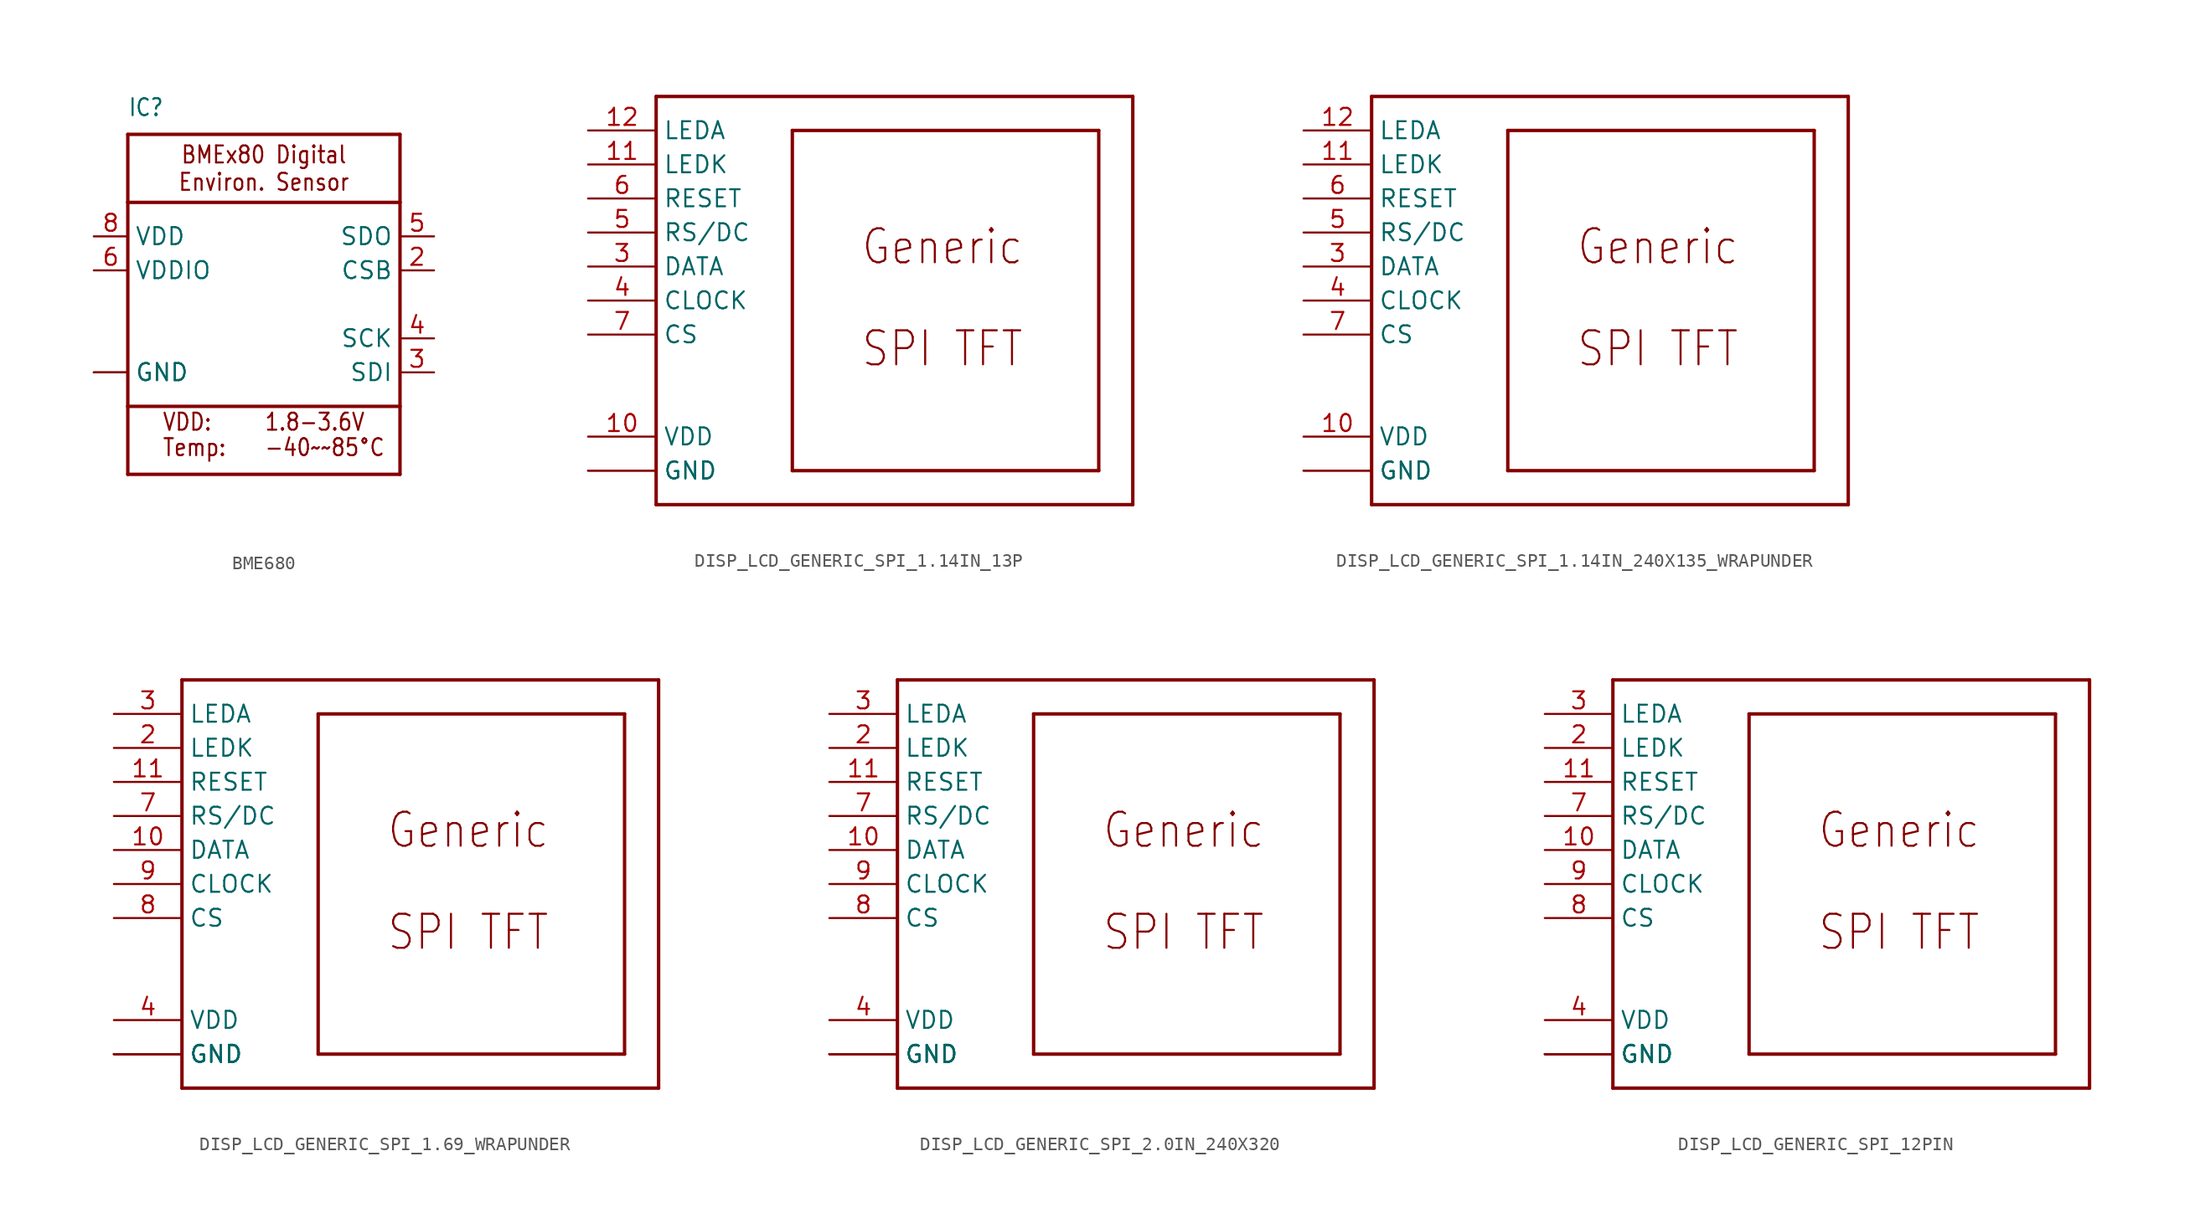
<source format=kicad_sym>
(kicad_symbol_lib
  (version 20231120)
  (generator "kicad_symbol_editor")
  (generator_version "8.0")
  (symbol "BME680"
    (property "Reference" "IC"
      (at -10.16 13.97 0)
      (effects (font (size 1.27 1.079)) (justify left bottom)))
    (property "Value" ""
      (at -10.16 -15.24 0)
      (effects (font (size 1.27 1.079)) (justify left bottom)))
    (property "ki_locked" ""
      (at 0 0 0)
      (effects (font (size 1.27 1.27))))
    (symbol "BME680_1_0"
      (polyline (pts (xy -10.16 -7.62) (xy -10.16 -12.7)) (stroke (width 0.254) (type solid)) (fill (type none)))
      (polyline (pts (xy -10.16 -7.62) (xy -10.16 7.62)) (stroke (width 0.254) (type solid)) (fill (type none)))
      (polyline (pts (xy -10.16 7.62) (xy 10.16 7.62)) (stroke (width 0.254) (type solid)) (fill (type none)))
      (polyline (pts (xy -10.16 12.7) (xy -10.16 7.62)) (stroke (width 0.254) (type solid)) (fill (type none)))
      (polyline (pts (xy -10.16 12.7) (xy 10.16 12.7)) (stroke (width 0.254) (type solid)) (fill (type none)))
      (polyline (pts (xy 10.16 -12.7) (xy -10.16 -12.7)) (stroke (width 0.254) (type solid)) (fill (type none)))
      (polyline (pts (xy 10.16 -7.62) (xy -10.16 -7.62)) (stroke (width 0.254) (type solid)) (fill (type none)))
      (polyline (pts (xy 10.16 -7.62) (xy 10.16 -12.7)) (stroke (width 0.254) (type solid)) (fill (type none)))
      (polyline (pts (xy 10.16 7.62) (xy 10.16 -7.62)) (stroke (width 0.254) (type solid)) (fill (type none)))
      (polyline (pts (xy 10.16 12.7) (xy 10.16 7.62)) (stroke (width 0.254) (type solid)) (fill (type none)))
      (text "-40~~85°C" (at 0 -11.43 0) (effects (font (size 1.27 1.079)) (justify left bottom)))
      (text "1.8-3.6V" (at 0 -9.525 0) (effects (font (size 1.27 1.079)) (justify left bottom)))
      (text "BMEx80 Digital\nEnviron. Sensor" (at 0 10.16 0) (effects (font (size 1.27 1.079))))
      (text "Temp:" (at -7.62 -11.43 0) (effects (font (size 1.27 1.079)) (justify left bottom)))
      (text "VDD:" (at -7.62 -9.525 0) (effects (font (size 1.27 1.079)) (justify left bottom)))
      (pin power_in line (at -12.7 -5.08 0) (length 2.54) (name "GND" (effects (font (size 1.27 1.27)))) (number "1" (effects (font (size 0 0)))))
      (pin input line (at 12.7 2.54 180) (length 2.54) (name "CSB" (effects (font (size 1.27 1.27)))) (number "2" (effects (font (size 1.27 1.27)))))
      (pin input line (at 12.7 -5.08 180) (length 2.54) (name "SDI" (effects (font (size 1.27 1.27)))) (number "3" (effects (font (size 1.27 1.27)))))
      (pin input line (at 12.7 -2.54 180) (length 2.54) (name "SCK" (effects (font (size 1.27 1.27)))) (number "4" (effects (font (size 1.27 1.27)))))
      (pin output line (at 12.7 5.08 180) (length 2.54) (name "SDO" (effects (font (size 1.27 1.27)))) (number "5" (effects (font (size 1.27 1.27)))))
      (pin power_in line (at -12.7 2.54 0) (length 2.54) (name "VDDIO" (effects (font (size 1.27 1.27)))) (number "6" (effects (font (size 1.27 1.27)))))
      (pin power_in line (at -12.7 -5.08 0) (length 2.54) (name "GND" (effects (font (size 1.27 1.27)))) (number "7" (effects (font (size 0 0)))))
      (pin power_in line (at -12.7 5.08 0) (length 2.54) (name "VDD" (effects (font (size 1.27 1.27)))) (number "8" (effects (font (size 1.27 1.27)))))))
  (symbol "DISP_LCD_GENERIC_SPI_1.14IN_13P"
    (property "Reference" "DISP"
      (at 0 0 0)
      (effects (font (size 1.27 1.27)) (hide yes)))
    (property "ki_locked" ""
      (at 0 0 0)
      (effects (font (size 1.27 1.27))))
    (symbol "DISP_LCD_GENERIC_SPI_1.14IN_13P_1_0"
      (polyline (pts (xy -20.32 -15.24) (xy -20.32 15.24)) (stroke (width 0.254) (type solid)) (fill (type none)))
      (polyline (pts (xy -20.32 15.24) (xy 15.24 15.24)) (stroke (width 0.254) (type solid)) (fill (type none)))
      (polyline (pts (xy -10.16 -12.7) (xy -10.16 12.7)) (stroke (width 0.254) (type solid)) (fill (type none)))
      (polyline (pts (xy -10.16 12.7) (xy 12.7 12.7)) (stroke (width 0.254) (type solid)) (fill (type none)))
      (polyline (pts (xy 12.7 -12.7) (xy -10.16 -12.7)) (stroke (width 0.254) (type solid)) (fill (type none)))
      (polyline (pts (xy 12.7 12.7) (xy 12.7 -12.7)) (stroke (width 0.254) (type solid)) (fill (type none)))
      (polyline (pts (xy 15.24 -15.24) (xy -20.32 -15.24)) (stroke (width 0.254) (type solid)) (fill (type none)))
      (polyline (pts (xy 15.24 15.24) (xy 15.24 -15.24)) (stroke (width 0.254) (type solid)) (fill (type none)))
      (text "Generic" (at -5.08 2.54 0) (effects (font (size 2.54 2.159)) (justify left bottom)))
      (text "SPI TFT" (at -5.08 -5.08 0) (effects (font (size 2.54 2.159)) (justify left bottom)))
      (pin power_in line (at -25.4 -10.16 0) (length 5.08) (name "VDD" (effects (font (size 1.27 1.27)))) (number "10" (effects (font (size 1.27 1.27)))))
      (pin input line (at -25.4 10.16 0) (length 5.08) (name "LEDK" (effects (font (size 1.27 1.27)))) (number "11" (effects (font (size 1.27 1.27)))))
      (pin input line (at -25.4 12.7 0) (length 5.08) (name "LEDA" (effects (font (size 1.27 1.27)))) (number "12" (effects (font (size 1.27 1.27)))))
      (pin power_in line (at -25.4 -12.7 0) (length 5.08) (name "GND" (effects (font (size 1.27 1.27)))) (number "13" (effects (font (size 0 0)))))
      (pin bidirectional line (at -25.4 2.54 0) (length 5.08) (name "DATA" (effects (font (size 1.27 1.27)))) (number "3" (effects (font (size 1.27 1.27)))))
      (pin input line (at -25.4 0 0) (length 5.08) (name "CLOCK" (effects (font (size 1.27 1.27)))) (number "4" (effects (font (size 1.27 1.27)))))
      (pin input line (at -25.4 5.08 0) (length 5.08) (name "RS/DC" (effects (font (size 1.27 1.27)))) (number "5" (effects (font (size 1.27 1.27)))))
      (pin input line (at -25.4 7.62 0) (length 5.08) (name "RESET" (effects (font (size 1.27 1.27)))) (number "6" (effects (font (size 1.27 1.27)))))
      (pin input line (at -25.4 -2.54 0) (length 5.08) (name "CS" (effects (font (size 1.27 1.27)))) (number "7" (effects (font (size 1.27 1.27)))))
      (pin power_in line (at -25.4 -12.7 0) (length 5.08) (name "GND" (effects (font (size 1.27 1.27)))) (number "8" (effects (font (size 0 0)))))))
  (symbol "DISP_LCD_GENERIC_SPI_1.14IN_240X135_WRAPUNDER"
    (property "Reference" "DISP"
      (at 0 0 0)
      (effects (font (size 1.27 1.27)) (hide yes)))
    (property "ki_locked" ""
      (at 0 0 0)
      (effects (font (size 1.27 1.27))))
    (symbol "DISP_LCD_GENERIC_SPI_1.14IN_240X135_WRAPUNDER_1_0"
      (polyline (pts (xy -20.32 -15.24) (xy -20.32 15.24)) (stroke (width 0.254) (type solid)) (fill (type none)))
      (polyline (pts (xy -20.32 15.24) (xy 15.24 15.24)) (stroke (width 0.254) (type solid)) (fill (type none)))
      (polyline (pts (xy -10.16 -12.7) (xy -10.16 12.7)) (stroke (width 0.254) (type solid)) (fill (type none)))
      (polyline (pts (xy -10.16 12.7) (xy 12.7 12.7)) (stroke (width 0.254) (type solid)) (fill (type none)))
      (polyline (pts (xy 12.7 -12.7) (xy -10.16 -12.7)) (stroke (width 0.254) (type solid)) (fill (type none)))
      (polyline (pts (xy 12.7 12.7) (xy 12.7 -12.7)) (stroke (width 0.254) (type solid)) (fill (type none)))
      (polyline (pts (xy 15.24 -15.24) (xy -20.32 -15.24)) (stroke (width 0.254) (type solid)) (fill (type none)))
      (polyline (pts (xy 15.24 15.24) (xy 15.24 -15.24)) (stroke (width 0.254) (type solid)) (fill (type none)))
      (text "Generic" (at -5.08 2.54 0) (effects (font (size 2.54 2.159)) (justify left bottom)))
      (text "SPI TFT" (at -5.08 -5.08 0) (effects (font (size 2.54 2.159)) (justify left bottom)))
      (pin power_in line (at -25.4 -10.16 0) (length 5.08) (name "VDD" (effects (font (size 1.27 1.27)))) (number "10" (effects (font (size 1.27 1.27)))))
      (pin input line (at -25.4 10.16 0) (length 5.08) (name "LEDK" (effects (font (size 1.27 1.27)))) (number "11" (effects (font (size 1.27 1.27)))))
      (pin input line (at -25.4 12.7 0) (length 5.08) (name "LEDA" (effects (font (size 1.27 1.27)))) (number "12" (effects (font (size 1.27 1.27)))))
      (pin power_in line (at -25.4 -12.7 0) (length 5.08) (name "GND" (effects (font (size 1.27 1.27)))) (number "13" (effects (font (size 0 0)))))
      (pin bidirectional line (at -25.4 2.54 0) (length 5.08) (name "DATA" (effects (font (size 1.27 1.27)))) (number "3" (effects (font (size 1.27 1.27)))))
      (pin input line (at -25.4 0 0) (length 5.08) (name "CLOCK" (effects (font (size 1.27 1.27)))) (number "4" (effects (font (size 1.27 1.27)))))
      (pin input line (at -25.4 5.08 0) (length 5.08) (name "RS/DC" (effects (font (size 1.27 1.27)))) (number "5" (effects (font (size 1.27 1.27)))))
      (pin input line (at -25.4 7.62 0) (length 5.08) (name "RESET" (effects (font (size 1.27 1.27)))) (number "6" (effects (font (size 1.27 1.27)))))
      (pin input line (at -25.4 -2.54 0) (length 5.08) (name "CS" (effects (font (size 1.27 1.27)))) (number "7" (effects (font (size 1.27 1.27)))))
      (pin power_in line (at -25.4 -12.7 0) (length 5.08) (name "GND" (effects (font (size 1.27 1.27)))) (number "8" (effects (font (size 0 0)))))))
  (symbol "DISP_LCD_GENERIC_SPI_1.69_WRAPUNDER"
    (property "Reference" "DISP"
      (at 0 0 0)
      (effects (font (size 1.27 1.27)) (hide yes)))
    (property "ki_locked" ""
      (at 0 0 0)
      (effects (font (size 1.27 1.27))))
    (symbol "DISP_LCD_GENERIC_SPI_1.69_WRAPUNDER_1_0"
      (polyline (pts (xy -20.32 -15.24) (xy -20.32 15.24)) (stroke (width 0.254) (type solid)) (fill (type none)))
      (polyline (pts (xy -20.32 15.24) (xy 15.24 15.24)) (stroke (width 0.254) (type solid)) (fill (type none)))
      (polyline (pts (xy -10.16 -12.7) (xy -10.16 12.7)) (stroke (width 0.254) (type solid)) (fill (type none)))
      (polyline (pts (xy -10.16 12.7) (xy 12.7 12.7)) (stroke (width 0.254) (type solid)) (fill (type none)))
      (polyline (pts (xy 12.7 -12.7) (xy -10.16 -12.7)) (stroke (width 0.254) (type solid)) (fill (type none)))
      (polyline (pts (xy 12.7 12.7) (xy 12.7 -12.7)) (stroke (width 0.254) (type solid)) (fill (type none)))
      (polyline (pts (xy 15.24 -15.24) (xy -20.32 -15.24)) (stroke (width 0.254) (type solid)) (fill (type none)))
      (polyline (pts (xy 15.24 15.24) (xy 15.24 -15.24)) (stroke (width 0.254) (type solid)) (fill (type none)))
      (text "Generic" (at -5.08 2.54 0) (effects (font (size 2.54 2.159)) (justify left bottom)))
      (text "SPI TFT" (at -5.08 -5.08 0) (effects (font (size 2.54 2.159)) (justify left bottom)))
      (pin power_in line (at -25.4 -12.7 0) (length 5.08) (name "GND" (effects (font (size 1.27 1.27)))) (number "1" (effects (font (size 0 0)))))
      (pin bidirectional line (at -25.4 2.54 0) (length 5.08) (name "DATA" (effects (font (size 1.27 1.27)))) (number "10" (effects (font (size 1.27 1.27)))))
      (pin input line (at -25.4 7.62 0) (length 5.08) (name "RESET" (effects (font (size 1.27 1.27)))) (number "11" (effects (font (size 1.27 1.27)))))
      (pin power_in line (at -25.4 -12.7 0) (length 5.08) (name "GND" (effects (font (size 1.27 1.27)))) (number "12" (effects (font (size 0 0)))))
      (pin input line (at -25.4 10.16 0) (length 5.08) (name "LEDK" (effects (font (size 1.27 1.27)))) (number "2" (effects (font (size 1.27 1.27)))))
      (pin input line (at -25.4 12.7 0) (length 5.08) (name "LEDA" (effects (font (size 1.27 1.27)))) (number "3" (effects (font (size 1.27 1.27)))))
      (pin power_in line (at -25.4 -10.16 0) (length 5.08) (name "VDD" (effects (font (size 1.27 1.27)))) (number "4" (effects (font (size 1.27 1.27)))))
      (pin power_in line (at -25.4 -12.7 0) (length 5.08) (name "GND" (effects (font (size 1.27 1.27)))) (number "5" (effects (font (size 0 0)))))
      (pin power_in line (at -25.4 -12.7 0) (length 5.08) (name "GND" (effects (font (size 1.27 1.27)))) (number "6" (effects (font (size 0 0)))))
      (pin input line (at -25.4 5.08 0) (length 5.08) (name "RS/DC" (effects (font (size 1.27 1.27)))) (number "7" (effects (font (size 1.27 1.27)))))
      (pin input line (at -25.4 -2.54 0) (length 5.08) (name "CS" (effects (font (size 1.27 1.27)))) (number "8" (effects (font (size 1.27 1.27)))))
      (pin input line (at -25.4 0 0) (length 5.08) (name "CLOCK" (effects (font (size 1.27 1.27)))) (number "9" (effects (font (size 1.27 1.27)))))))
  (symbol "DISP_LCD_GENERIC_SPI_2.0IN_240X320"
    (property "Reference" "DISP"
      (at 0 0 0)
      (effects (font (size 1.27 1.27)) (hide yes)))
    (property "ki_locked" ""
      (at 0 0 0)
      (effects (font (size 1.27 1.27))))
    (symbol "DISP_LCD_GENERIC_SPI_2.0IN_240X320_1_0"
      (polyline (pts (xy -20.32 -15.24) (xy -20.32 15.24)) (stroke (width 0.254) (type solid)) (fill (type none)))
      (polyline (pts (xy -20.32 15.24) (xy 15.24 15.24)) (stroke (width 0.254) (type solid)) (fill (type none)))
      (polyline (pts (xy -10.16 -12.7) (xy -10.16 12.7)) (stroke (width 0.254) (type solid)) (fill (type none)))
      (polyline (pts (xy -10.16 12.7) (xy 12.7 12.7)) (stroke (width 0.254) (type solid)) (fill (type none)))
      (polyline (pts (xy 12.7 -12.7) (xy -10.16 -12.7)) (stroke (width 0.254) (type solid)) (fill (type none)))
      (polyline (pts (xy 12.7 12.7) (xy 12.7 -12.7)) (stroke (width 0.254) (type solid)) (fill (type none)))
      (polyline (pts (xy 15.24 -15.24) (xy -20.32 -15.24)) (stroke (width 0.254) (type solid)) (fill (type none)))
      (polyline (pts (xy 15.24 15.24) (xy 15.24 -15.24)) (stroke (width 0.254) (type solid)) (fill (type none)))
      (text "Generic" (at -5.08 2.54 0) (effects (font (size 2.54 2.159)) (justify left bottom)))
      (text "SPI TFT" (at -5.08 -5.08 0) (effects (font (size 2.54 2.159)) (justify left bottom)))
      (pin power_in line (at -25.4 -12.7 0) (length 5.08) (name "GND" (effects (font (size 1.27 1.27)))) (number "1" (effects (font (size 0 0)))))
      (pin bidirectional line (at -25.4 2.54 0) (length 5.08) (name "DATA" (effects (font (size 1.27 1.27)))) (number "10" (effects (font (size 1.27 1.27)))))
      (pin input line (at -25.4 7.62 0) (length 5.08) (name "RESET" (effects (font (size 1.27 1.27)))) (number "11" (effects (font (size 1.27 1.27)))))
      (pin power_in line (at -25.4 -12.7 0) (length 5.08) (name "GND" (effects (font (size 1.27 1.27)))) (number "12" (effects (font (size 0 0)))))
      (pin input line (at -25.4 10.16 0) (length 5.08) (name "LEDK" (effects (font (size 1.27 1.27)))) (number "2" (effects (font (size 1.27 1.27)))))
      (pin input line (at -25.4 12.7 0) (length 5.08) (name "LEDA" (effects (font (size 1.27 1.27)))) (number "3" (effects (font (size 1.27 1.27)))))
      (pin power_in line (at -25.4 -10.16 0) (length 5.08) (name "VDD" (effects (font (size 1.27 1.27)))) (number "4" (effects (font (size 1.27 1.27)))))
      (pin power_in line (at -25.4 -12.7 0) (length 5.08) (name "GND" (effects (font (size 1.27 1.27)))) (number "5" (effects (font (size 0 0)))))
      (pin power_in line (at -25.4 -12.7 0) (length 5.08) (name "GND" (effects (font (size 1.27 1.27)))) (number "6" (effects (font (size 0 0)))))
      (pin input line (at -25.4 5.08 0) (length 5.08) (name "RS/DC" (effects (font (size 1.27 1.27)))) (number "7" (effects (font (size 1.27 1.27)))))
      (pin input line (at -25.4 -2.54 0) (length 5.08) (name "CS" (effects (font (size 1.27 1.27)))) (number "8" (effects (font (size 1.27 1.27)))))
      (pin input line (at -25.4 0 0) (length 5.08) (name "CLOCK" (effects (font (size 1.27 1.27)))) (number "9" (effects (font (size 1.27 1.27)))))))
  (symbol "DISP_LCD_GENERIC_SPI_12PIN"
    (property "Reference" "DISP"
      (at 0 0 0)
      (effects (font (size 1.27 1.27)) (hide yes)))
    (property "ki_locked" ""
      (at 0 0 0)
      (effects (font (size 1.27 1.27))))
    (symbol "DISP_LCD_GENERIC_SPI_12PIN_1_0"
      (polyline (pts (xy -20.32 -15.24) (xy -20.32 15.24)) (stroke (width 0.254) (type solid)) (fill (type none)))
      (polyline (pts (xy -20.32 15.24) (xy 15.24 15.24)) (stroke (width 0.254) (type solid)) (fill (type none)))
      (polyline (pts (xy -10.16 -12.7) (xy -10.16 12.7)) (stroke (width 0.254) (type solid)) (fill (type none)))
      (polyline (pts (xy -10.16 12.7) (xy 12.7 12.7)) (stroke (width 0.254) (type solid)) (fill (type none)))
      (polyline (pts (xy 12.7 -12.7) (xy -10.16 -12.7)) (stroke (width 0.254) (type solid)) (fill (type none)))
      (polyline (pts (xy 12.7 12.7) (xy 12.7 -12.7)) (stroke (width 0.254) (type solid)) (fill (type none)))
      (polyline (pts (xy 15.24 -15.24) (xy -20.32 -15.24)) (stroke (width 0.254) (type solid)) (fill (type none)))
      (polyline (pts (xy 15.24 15.24) (xy 15.24 -15.24)) (stroke (width 0.254) (type solid)) (fill (type none)))
      (text "Generic" (at -5.08 2.54 0) (effects (font (size 2.54 2.159)) (justify left bottom)))
      (text "SPI TFT" (at -5.08 -5.08 0) (effects (font (size 2.54 2.159)) (justify left bottom)))
      (pin power_in line (at -25.4 -12.7 0) (length 5.08) (name "GND" (effects (font (size 1.27 1.27)))) (number "1" (effects (font (size 0 0)))))
      (pin bidirectional line (at -25.4 2.54 0) (length 5.08) (name "DATA" (effects (font (size 1.27 1.27)))) (number "10" (effects (font (size 1.27 1.27)))))
      (pin input line (at -25.4 7.62 0) (length 5.08) (name "RESET" (effects (font (size 1.27 1.27)))) (number "11" (effects (font (size 1.27 1.27)))))
      (pin power_in line (at -25.4 -12.7 0) (length 5.08) (name "GND" (effects (font (size 1.27 1.27)))) (number "12" (effects (font (size 0 0)))))
      (pin input line (at -25.4 10.16 0) (length 5.08) (name "LEDK" (effects (font (size 1.27 1.27)))) (number "2" (effects (font (size 1.27 1.27)))))
      (pin input line (at -25.4 12.7 0) (length 5.08) (name "LEDA" (effects (font (size 1.27 1.27)))) (number "3" (effects (font (size 1.27 1.27)))))
      (pin power_in line (at -25.4 -10.16 0) (length 5.08) (name "VDD" (effects (font (size 1.27 1.27)))) (number "4" (effects (font (size 1.27 1.27)))))
      (pin power_in line (at -25.4 -12.7 0) (length 5.08) (name "GND" (effects (font (size 1.27 1.27)))) (number "5" (effects (font (size 0 0)))))
      (pin power_in line (at -25.4 -12.7 0) (length 5.08) (name "GND" (effects (font (size 1.27 1.27)))) (number "6" (effects (font (size 0 0)))))
      (pin input line (at -25.4 5.08 0) (length 5.08) (name "RS/DC" (effects (font (size 1.27 1.27)))) (number "7" (effects (font (size 1.27 1.27)))))
      (pin input line (at -25.4 -2.54 0) (length 5.08) (name "CS" (effects (font (size 1.27 1.27)))) (number "8" (effects (font (size 1.27 1.27)))))
      (pin input line (at -25.4 0 0) (length 5.08) (name "CLOCK" (effects (font (size 1.27 1.27)))) (number "9" (effects (font (size 1.27 1.27))))))))
</source>
